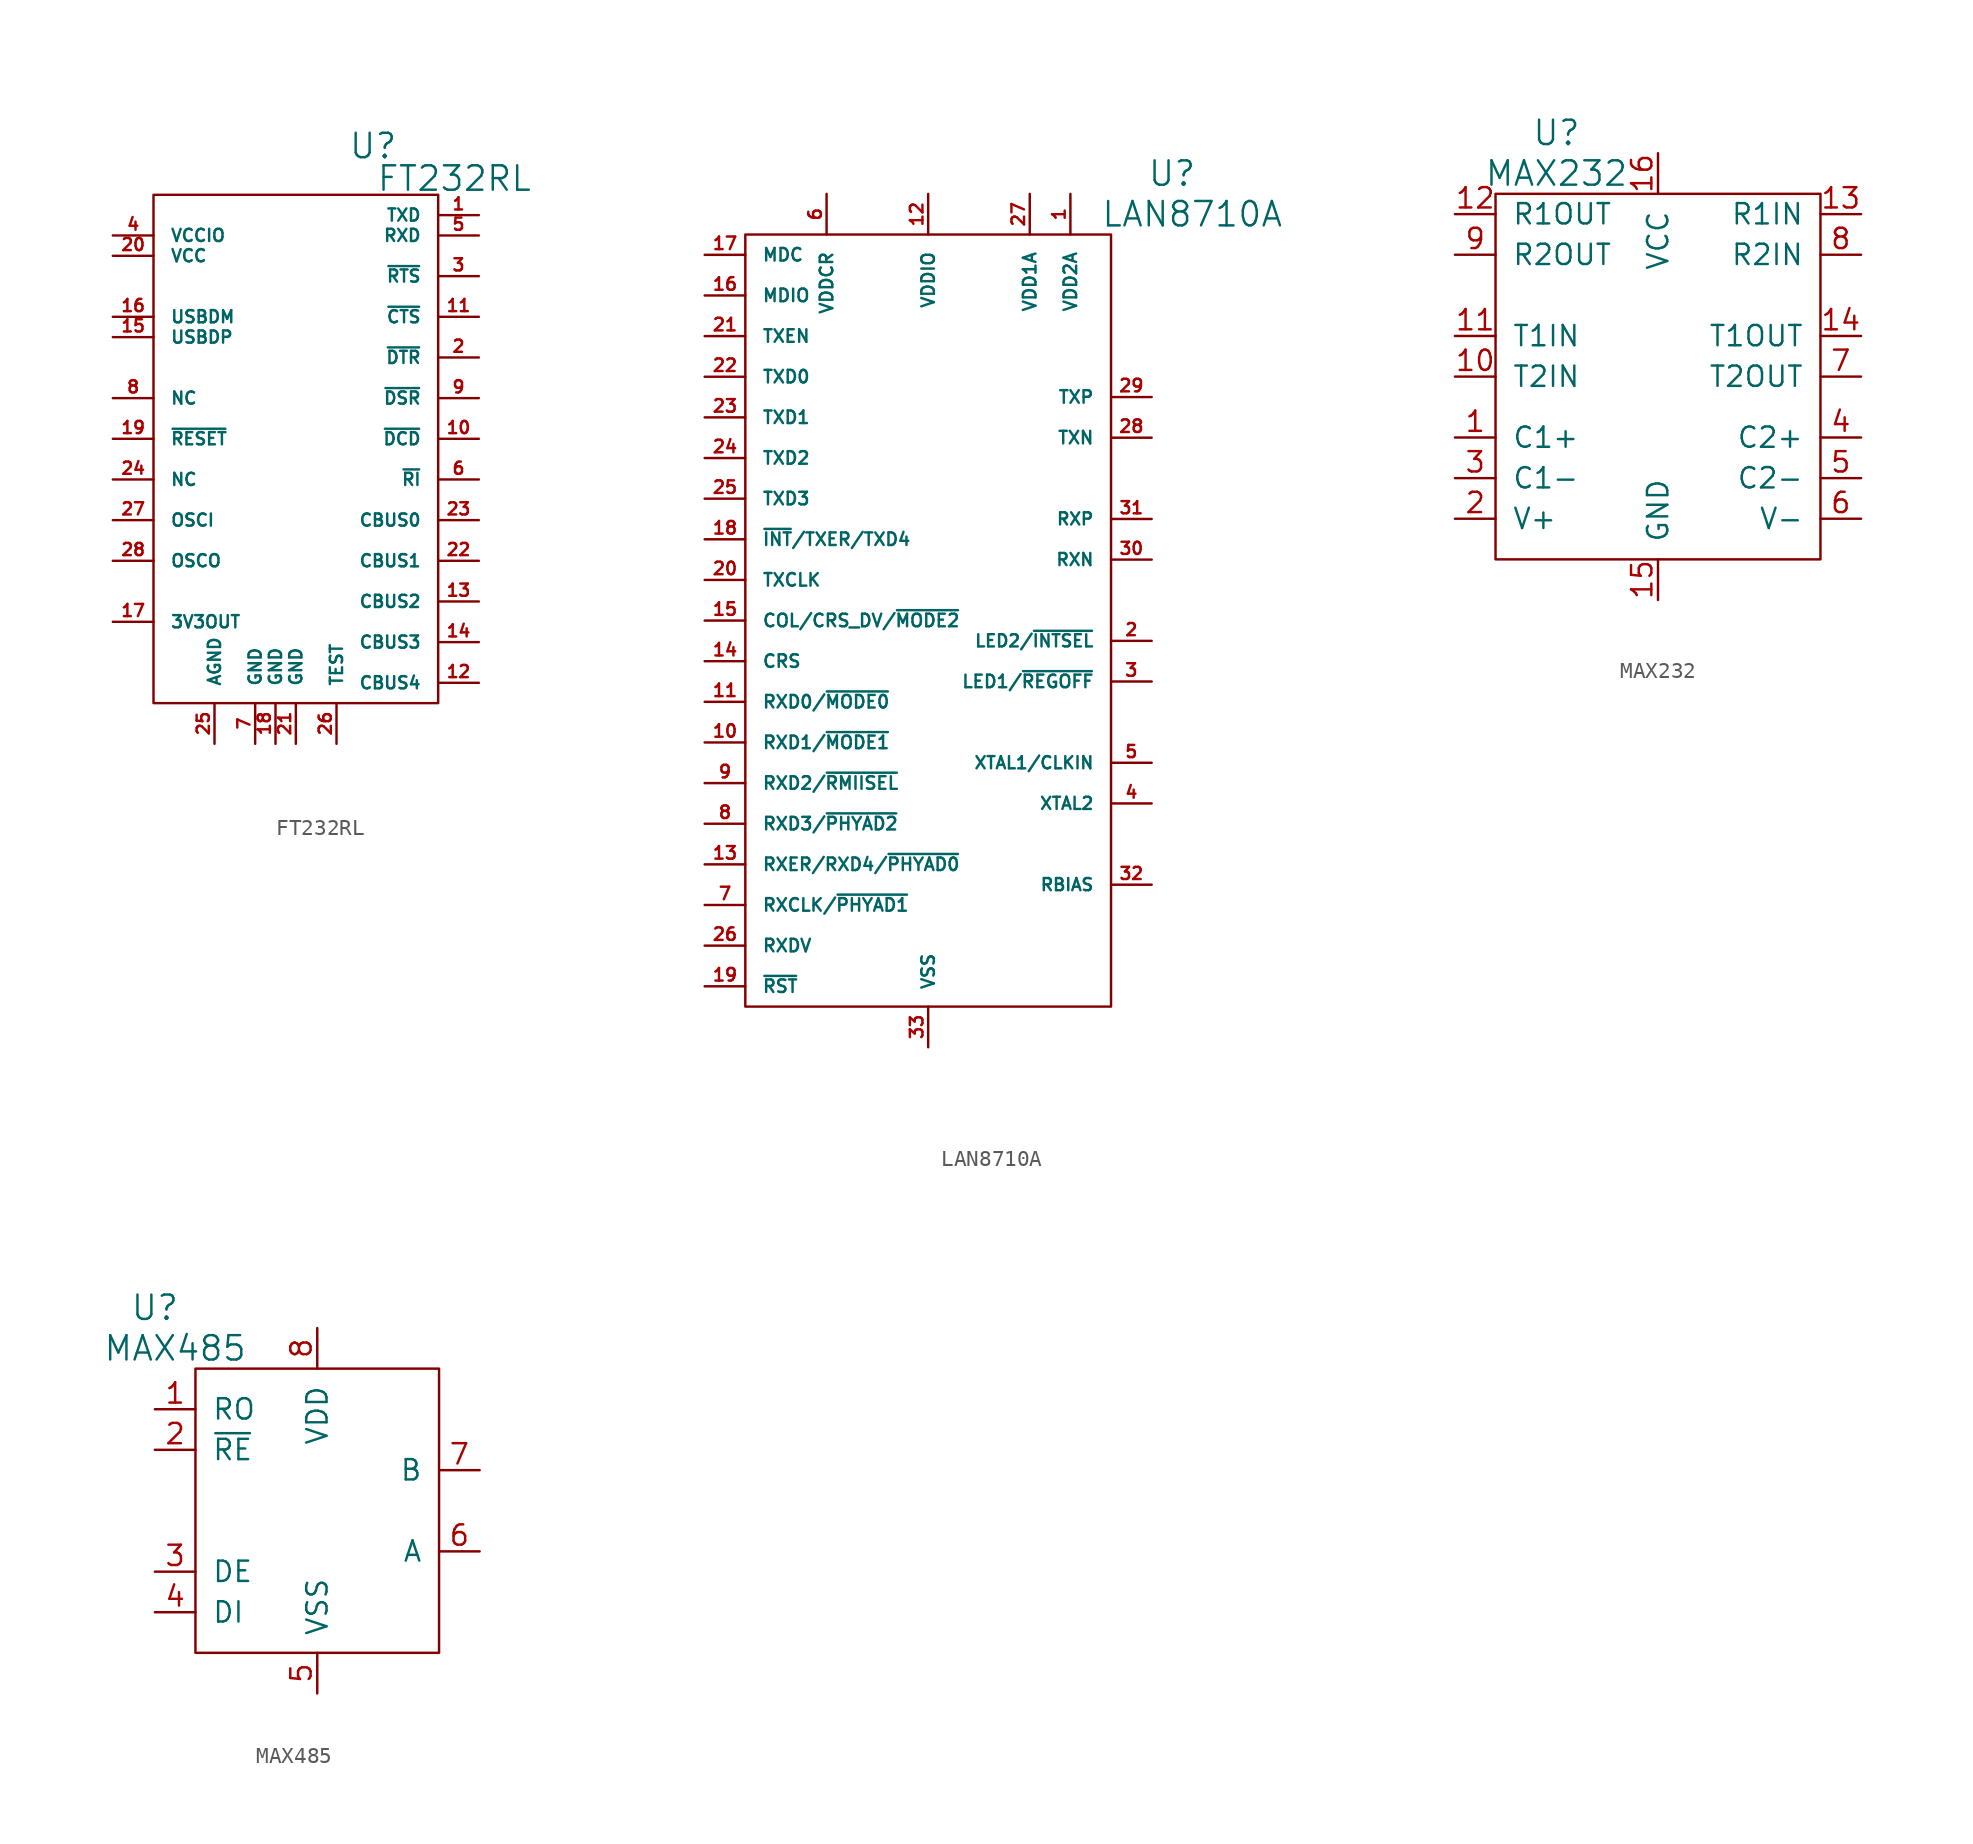
<source format=kicad_sym>
(kicad_symbol_lib
  (version 20220914)
  (generator kicad_symbol_editor)
  (symbol "FT232RL"
    (pin_names
      (offset 1.016))
    (property "Reference" "U"
      (at 4.826 18.288 0)
      (effects (font (size 1.524 1.524))))
    (property "Value" "FT232RL"
      (at 9.906 16.256 0)
      (effects (font (size 1.524 1.524))))
    (property "Footprint" ""
      (at 0 0 0)
      (effects (font (size 1.524 1.524))))
    (property "Datasheet" ""
      (at 0 0 0)
      (effects (font (size 1.524 1.524))))
    (symbol "FT232RL_0_1"
      (rectangle (start -8.89 15.24) (end 8.89 -16.51) (stroke (width 0) (type solid)) (fill (type none))))
    (symbol "FT232RL_1_1"
      (pin passive line (at 11.43 13.97 180) (length 2.54) (name "TXD" (effects (font (size 0.762 0.762)))) (number "1" (effects (font (size 0.762 0.762)))))
      (pin passive line (at 11.43 0 180) (length 2.54) (name "~{DCD}" (effects (font (size 0.762 0.762)))) (number "10" (effects (font (size 0.762 0.762)))))
      (pin passive line (at 11.43 7.62 180) (length 2.54) (name "~{CTS}" (effects (font (size 0.762 0.762)))) (number "11" (effects (font (size 0.762 0.762)))))
      (pin passive line (at 11.43 -15.24 180) (length 2.54) (name "CBUS4" (effects (font (size 0.762 0.762)))) (number "12" (effects (font (size 0.762 0.762)))))
      (pin passive line (at 11.43 -10.16 180) (length 2.54) (name "CBUS2" (effects (font (size 0.762 0.762)))) (number "13" (effects (font (size 0.762 0.762)))))
      (pin passive line (at 11.43 -12.7 180) (length 2.54) (name "CBUS3" (effects (font (size 0.762 0.762)))) (number "14" (effects (font (size 0.762 0.762)))))
      (pin passive line (at -11.43 6.35 0) (length 2.54) (name "USBDP" (effects (font (size 0.762 0.762)))) (number "15" (effects (font (size 0.762 0.762)))))
      (pin passive line (at -11.43 7.62 0) (length 2.54) (name "USBDM" (effects (font (size 0.762 0.762)))) (number "16" (effects (font (size 0.762 0.762)))))
      (pin passive line (at -11.43 -11.43 0) (length 2.54) (name "3V3OUT" (effects (font (size 0.762 0.762)))) (number "17" (effects (font (size 0.762 0.762)))))
      (pin passive line (at -1.27 -19.05 90) (length 2.54) (name "GND" (effects (font (size 0.762 0.762)))) (number "18" (effects (font (size 0.762 0.762)))))
      (pin passive line (at -11.43 0 0) (length 2.54) (name "~{RESET}" (effects (font (size 0.762 0.762)))) (number "19" (effects (font (size 0.762 0.762)))))
      (pin passive line (at 11.43 5.08 180) (length 2.54) (name "~{DTR}" (effects (font (size 0.762 0.762)))) (number "2" (effects (font (size 0.762 0.762)))))
      (pin passive line (at -11.43 11.43 0) (length 2.54) (name "VCC" (effects (font (size 0.762 0.762)))) (number "20" (effects (font (size 0.762 0.762)))))
      (pin passive line (at 0 -19.05 90) (length 2.54) (name "GND" (effects (font (size 0.762 0.762)))) (number "21" (effects (font (size 0.762 0.762)))))
      (pin passive line (at 11.43 -7.62 180) (length 2.54) (name "CBUS1" (effects (font (size 0.762 0.762)))) (number "22" (effects (font (size 0.762 0.762)))))
      (pin passive line (at 11.43 -5.08 180) (length 2.54) (name "CBUS0" (effects (font (size 0.762 0.762)))) (number "23" (effects (font (size 0.762 0.762)))))
      (pin passive line (at -11.43 -2.54 0) (length 2.54) (name "NC" (effects (font (size 0.762 0.762)))) (number "24" (effects (font (size 0.762 0.762)))))
      (pin passive line (at -5.08 -19.05 90) (length 2.54) (name "AGND" (effects (font (size 0.762 0.762)))) (number "25" (effects (font (size 0.762 0.762)))))
      (pin passive line (at 2.54 -19.05 90) (length 2.54) (name "TEST" (effects (font (size 0.762 0.762)))) (number "26" (effects (font (size 0.762 0.762)))))
      (pin passive line (at -11.43 -5.08 0) (length 2.54) (name "OSCI" (effects (font (size 0.762 0.762)))) (number "27" (effects (font (size 0.762 0.762)))))
      (pin passive line (at -11.43 -7.62 0) (length 2.54) (name "OSCO" (effects (font (size 0.762 0.762)))) (number "28" (effects (font (size 0.762 0.762)))))
      (pin passive line (at 11.43 10.16 180) (length 2.54) (name "~{RTS}" (effects (font (size 0.762 0.762)))) (number "3" (effects (font (size 0.762 0.762)))))
      (pin passive line (at -11.43 12.7 0) (length 2.54) (name "VCCIO" (effects (font (size 0.762 0.762)))) (number "4" (effects (font (size 0.762 0.762)))))
      (pin passive line (at 11.43 12.7 180) (length 2.54) (name "RXD" (effects (font (size 0.762 0.762)))) (number "5" (effects (font (size 0.762 0.762)))))
      (pin passive line (at 11.43 -2.54 180) (length 2.54) (name "~{RI}" (effects (font (size 0.762 0.762)))) (number "6" (effects (font (size 0.762 0.762)))))
      (pin passive line (at -2.54 -19.05 90) (length 2.54) (name "GND" (effects (font (size 0.762 0.762)))) (number "7" (effects (font (size 0.762 0.762)))))
      (pin passive line (at -11.43 2.54 0) (length 2.54) (name "NC" (effects (font (size 0.762 0.762)))) (number "8" (effects (font (size 0.762 0.762)))))
      (pin passive line (at 11.43 2.54 180) (length 2.54) (name "~{DSR}" (effects (font (size 0.762 0.762)))) (number "9" (effects (font (size 0.762 0.762)))))))
  (symbol "LAN8710A"
    (pin_names
      (offset 1.016))
    (property "Reference" "U"
      (at 15.24 27.94 0)
      (effects (font (size 1.524 1.524))))
    (property "Value" "LAN8710A"
      (at 16.51 25.4 0)
      (effects (font (size 1.524 1.524))))
    (property "Footprint" ""
      (at 0 1.27 0)
      (effects (font (size 1.524 1.524))))
    (symbol "LAN8710A_0_1"
      (rectangle (start -11.43 24.13) (end 11.43 -24.13) (stroke (width 0) (type solid)) (fill (type none))))
    (symbol "LAN8710A_1_1"
      (pin passive line (at 8.89 26.67 270) (length 2.54) (name "VDD2A" (effects (font (size 0.787 0.787)))) (number "1" (effects (font (size 0.787 0.787)))))
      (pin passive line (at -13.97 -7.62 0) (length 2.54) (name "RXD1/~{MODE1}" (effects (font (size 0.787 0.787)))) (number "10" (effects (font (size 0.787 0.787)))))
      (pin passive line (at -13.97 -5.08 0) (length 2.54) (name "RXD0/~{MODE0}" (effects (font (size 0.787 0.787)))) (number "11" (effects (font (size 0.787 0.787)))))
      (pin passive line (at 0 26.67 270) (length 2.54) (name "VDDIO" (effects (font (size 0.787 0.787)))) (number "12" (effects (font (size 0.787 0.787)))))
      (pin passive line (at -13.97 -15.24 0) (length 2.54) (name "RXER/RXD4/~{PHYAD0}" (effects (font (size 0.787 0.787)))) (number "13" (effects (font (size 0.787 0.787)))))
      (pin passive line (at -13.97 -2.54 0) (length 2.54) (name "CRS" (effects (font (size 0.787 0.787)))) (number "14" (effects (font (size 0.787 0.787)))))
      (pin passive line (at -13.97 0 0) (length 2.54) (name "COL/CRS_DV/~{MODE2}" (effects (font (size 0.787 0.787)))) (number "15" (effects (font (size 0.787 0.787)))))
      (pin passive line (at -13.97 20.32 0) (length 2.54) (name "MDIO" (effects (font (size 0.787 0.787)))) (number "16" (effects (font (size 0.787 0.787)))))
      (pin passive line (at -13.97 22.86 0) (length 2.54) (name "MDC" (effects (font (size 0.787 0.787)))) (number "17" (effects (font (size 0.787 0.787)))))
      (pin passive line (at -13.97 5.08 0) (length 2.54) (name "~{INT}/TXER/TXD4" (effects (font (size 0.787 0.787)))) (number "18" (effects (font (size 0.787 0.787)))))
      (pin passive line (at -13.97 -22.86 0) (length 2.54) (name "~{RST}" (effects (font (size 0.787 0.787)))) (number "19" (effects (font (size 0.787 0.787)))))
      (pin passive line (at 13.97 -1.27 180) (length 2.54) (name "LED2/~{INTSEL}" (effects (font (size 0.762 0.762)))) (number "2" (effects (font (size 0.762 0.762)))))
      (pin passive line (at -13.97 2.54 0) (length 2.54) (name "TXCLK" (effects (font (size 0.787 0.787)))) (number "20" (effects (font (size 0.787 0.787)))))
      (pin passive line (at -13.97 17.78 0) (length 2.54) (name "TXEN" (effects (font (size 0.787 0.787)))) (number "21" (effects (font (size 0.787 0.787)))))
      (pin passive line (at -13.97 15.24 0) (length 2.54) (name "TXD0" (effects (font (size 0.787 0.787)))) (number "22" (effects (font (size 0.787 0.787)))))
      (pin passive line (at -13.97 12.7 0) (length 2.54) (name "TXD1" (effects (font (size 0.787 0.787)))) (number "23" (effects (font (size 0.787 0.787)))))
      (pin passive line (at -13.97 10.16 0) (length 2.54) (name "TXD2" (effects (font (size 0.787 0.787)))) (number "24" (effects (font (size 0.787 0.787)))))
      (pin passive line (at -13.97 7.62 0) (length 2.54) (name "TXD3" (effects (font (size 0.787 0.787)))) (number "25" (effects (font (size 0.787 0.787)))))
      (pin passive line (at -13.97 -20.32 0) (length 2.54) (name "RXDV" (effects (font (size 0.787 0.787)))) (number "26" (effects (font (size 0.787 0.787)))))
      (pin passive line (at 6.35 26.67 270) (length 2.54) (name "VDD1A" (effects (font (size 0.787 0.787)))) (number "27" (effects (font (size 0.787 0.787)))))
      (pin passive line (at 13.97 11.43 180) (length 2.54) (name "TXN" (effects (font (size 0.787 0.787)))) (number "28" (effects (font (size 0.787 0.787)))))
      (pin passive line (at 13.97 13.97 180) (length 2.54) (name "TXP" (effects (font (size 0.787 0.787)))) (number "29" (effects (font (size 0.787 0.787)))))
      (pin passive line (at 13.97 -3.81 180) (length 2.54) (name "LED1/~{REGOFF}" (effects (font (size 0.787 0.787)))) (number "3" (effects (font (size 0.787 0.787)))))
      (pin passive line (at 13.97 3.81 180) (length 2.54) (name "RXN" (effects (font (size 0.762 0.762)))) (number "30" (effects (font (size 0.762 0.762)))))
      (pin passive line (at 13.97 6.35 180) (length 2.54) (name "RXP" (effects (font (size 0.762 0.762)))) (number "31" (effects (font (size 0.762 0.762)))))
      (pin passive line (at 13.97 -16.51 180) (length 2.54) (name "RBIAS" (effects (font (size 0.762 0.762)))) (number "32" (effects (font (size 0.762 0.762)))))
      (pin passive line (at 0 -26.67 90) (length 2.54) (name "VSS" (effects (font (size 0.787 0.787)))) (number "33" (effects (font (size 0.787 0.787)))))
      (pin passive line (at 13.97 -11.43 180) (length 2.54) (name "XTAL2" (effects (font (size 0.762 0.762)))) (number "4" (effects (font (size 0.762 0.762)))))
      (pin passive line (at 13.97 -8.89 180) (length 2.54) (name "XTAL1/CLKIN" (effects (font (size 0.762 0.762)))) (number "5" (effects (font (size 0.762 0.762)))))
      (pin passive line (at -6.35 26.67 270) (length 2.54) (name "VDDCR" (effects (font (size 0.787 0.787)))) (number "6" (effects (font (size 0.787 0.787)))))
      (pin passive line (at -13.97 -17.78 0) (length 2.54) (name "RXCLK/~{PHYAD1}" (effects (font (size 0.787 0.787)))) (number "7" (effects (font (size 0.787 0.787)))))
      (pin passive line (at -13.97 -12.7 0) (length 2.54) (name "RXD3/~{PHYAD2}" (effects (font (size 0.787 0.787)))) (number "8" (effects (font (size 0.787 0.787)))))
      (pin passive line (at -13.97 -10.16 0) (length 2.54) (name "RXD2/~{RMIISEL}" (effects (font (size 0.787 0.787)))) (number "9" (effects (font (size 0.787 0.787)))))))
  (symbol "MAX232"
    (pin_names
      (offset 1.016))
    (property "Reference" "U"
      (at -6.35 15.24 0)
      (effects (font (size 1.524 1.524))))
    (property "Value" "MAX232"
      (at -6.35 12.7 0)
      (effects (font (size 1.524 1.524))))
    (property "Footprint" ""
      (at 0 0 0)
      (effects (font (size 1.524 1.524))))
    (property "Datasheet" ""
      (at 0 0 0)
      (effects (font (size 1.524 1.524))))
    (symbol "MAX232_0_1"
      (rectangle (start 10.16 11.43) (end -10.16 -11.43) (stroke (width 0) (type solid)) (fill (type none))))
    (symbol "MAX232_1_1"
      (pin passive line (at -12.7 -3.81 0) (length 2.54) (name "C1+" (effects (font (size 1.27 1.27)))) (number "1" (effects (font (size 1.27 1.27)))))
      (pin passive line (at -12.7 0 0) (length 2.54) (name "T2IN" (effects (font (size 1.27 1.27)))) (number "10" (effects (font (size 1.27 1.27)))))
      (pin passive line (at -12.7 2.54 0) (length 2.54) (name "T1IN" (effects (font (size 1.27 1.27)))) (number "11" (effects (font (size 1.27 1.27)))))
      (pin passive line (at -12.7 10.16 0) (length 2.54) (name "R1OUT" (effects (font (size 1.27 1.27)))) (number "12" (effects (font (size 1.27 1.27)))))
      (pin passive line (at 12.7 10.16 180) (length 2.54) (name "R1IN" (effects (font (size 1.27 1.27)))) (number "13" (effects (font (size 1.27 1.27)))))
      (pin passive line (at 12.7 2.54 180) (length 2.54) (name "T1OUT" (effects (font (size 1.27 1.27)))) (number "14" (effects (font (size 1.27 1.27)))))
      (pin passive line (at 0 -13.97 90) (length 2.54) (name "GND" (effects (font (size 1.27 1.27)))) (number "15" (effects (font (size 1.27 1.27)))))
      (pin passive line (at 0 13.97 270) (length 2.54) (name "VCC" (effects (font (size 1.27 1.27)))) (number "16" (effects (font (size 1.27 1.27)))))
      (pin passive line (at -12.7 -8.89 0) (length 2.54) (name "V+" (effects (font (size 1.27 1.27)))) (number "2" (effects (font (size 1.27 1.27)))))
      (pin passive line (at -12.7 -6.35 0) (length 2.54) (name "C1-" (effects (font (size 1.27 1.27)))) (number "3" (effects (font (size 1.27 1.27)))))
      (pin passive line (at 12.7 -3.81 180) (length 2.54) (name "C2+" (effects (font (size 1.27 1.27)))) (number "4" (effects (font (size 1.27 1.27)))))
      (pin passive line (at 12.7 -6.35 180) (length 2.54) (name "C2-" (effects (font (size 1.27 1.27)))) (number "5" (effects (font (size 1.27 1.27)))))
      (pin passive line (at 12.7 -8.89 180) (length 2.54) (name "V-" (effects (font (size 1.27 1.27)))) (number "6" (effects (font (size 1.27 1.27)))))
      (pin passive line (at 12.7 0 180) (length 2.54) (name "T2OUT" (effects (font (size 1.27 1.27)))) (number "7" (effects (font (size 1.27 1.27)))))
      (pin passive line (at 12.7 7.62 180) (length 2.54) (name "R2IN" (effects (font (size 1.27 1.27)))) (number "8" (effects (font (size 1.27 1.27)))))
      (pin passive line (at -12.7 7.62 0) (length 2.54) (name "R2OUT" (effects (font (size 1.27 1.27)))) (number "9" (effects (font (size 1.27 1.27)))))))
  (symbol "MAX485"
    (pin_names
      (offset 1.016))
    (property "Reference" "U"
      (at -10.16 12.7 0)
      (effects (font (size 1.524 1.524))))
    (property "Value" "MAX485"
      (at -8.89 10.16 0)
      (effects (font (size 1.524 1.524))))
    (property "Footprint" ""
      (at 0 0 0)
      (effects (font (size 1.524 1.524))))
    (property "Datasheet" ""
      (at 0 0 0)
      (effects (font (size 1.524 1.524))))
    (symbol "MAX485_0_1"
      (rectangle (start -7.62 8.89) (end 7.62 -8.89) (stroke (width 0) (type solid)) (fill (type none))))
    (symbol "MAX485_1_1"
      (pin passive line (at -10.16 6.35 0) (length 2.54) (name "RO" (effects (font (size 1.27 1.27)))) (number "1" (effects (font (size 1.27 1.27)))))
      (pin passive line (at -10.16 3.81 0) (length 2.54) (name "~{RE}" (effects (font (size 1.27 1.27)))) (number "2" (effects (font (size 1.27 1.27)))))
      (pin passive line (at -10.16 -3.81 0) (length 2.54) (name "DE" (effects (font (size 1.27 1.27)))) (number "3" (effects (font (size 1.27 1.27)))))
      (pin passive line (at -10.16 -6.35 0) (length 2.54) (name "DI" (effects (font (size 1.27 1.27)))) (number "4" (effects (font (size 1.27 1.27)))))
      (pin passive line (at 0 -11.43 90) (length 2.54) (name "VSS" (effects (font (size 1.27 1.27)))) (number "5" (effects (font (size 1.27 1.27)))))
      (pin passive line (at 10.16 -2.54 180) (length 2.54) (name "A" (effects (font (size 1.27 1.27)))) (number "6" (effects (font (size 1.27 1.27)))))
      (pin passive line (at 10.16 2.54 180) (length 2.54) (name "B" (effects (font (size 1.27 1.27)))) (number "7" (effects (font (size 1.27 1.27)))))
      (pin passive line (at 0 11.43 270) (length 2.54) (name "VDD" (effects (font (size 1.27 1.27)))) (number "8" (effects (font (size 1.27 1.27))))))))
</source>
